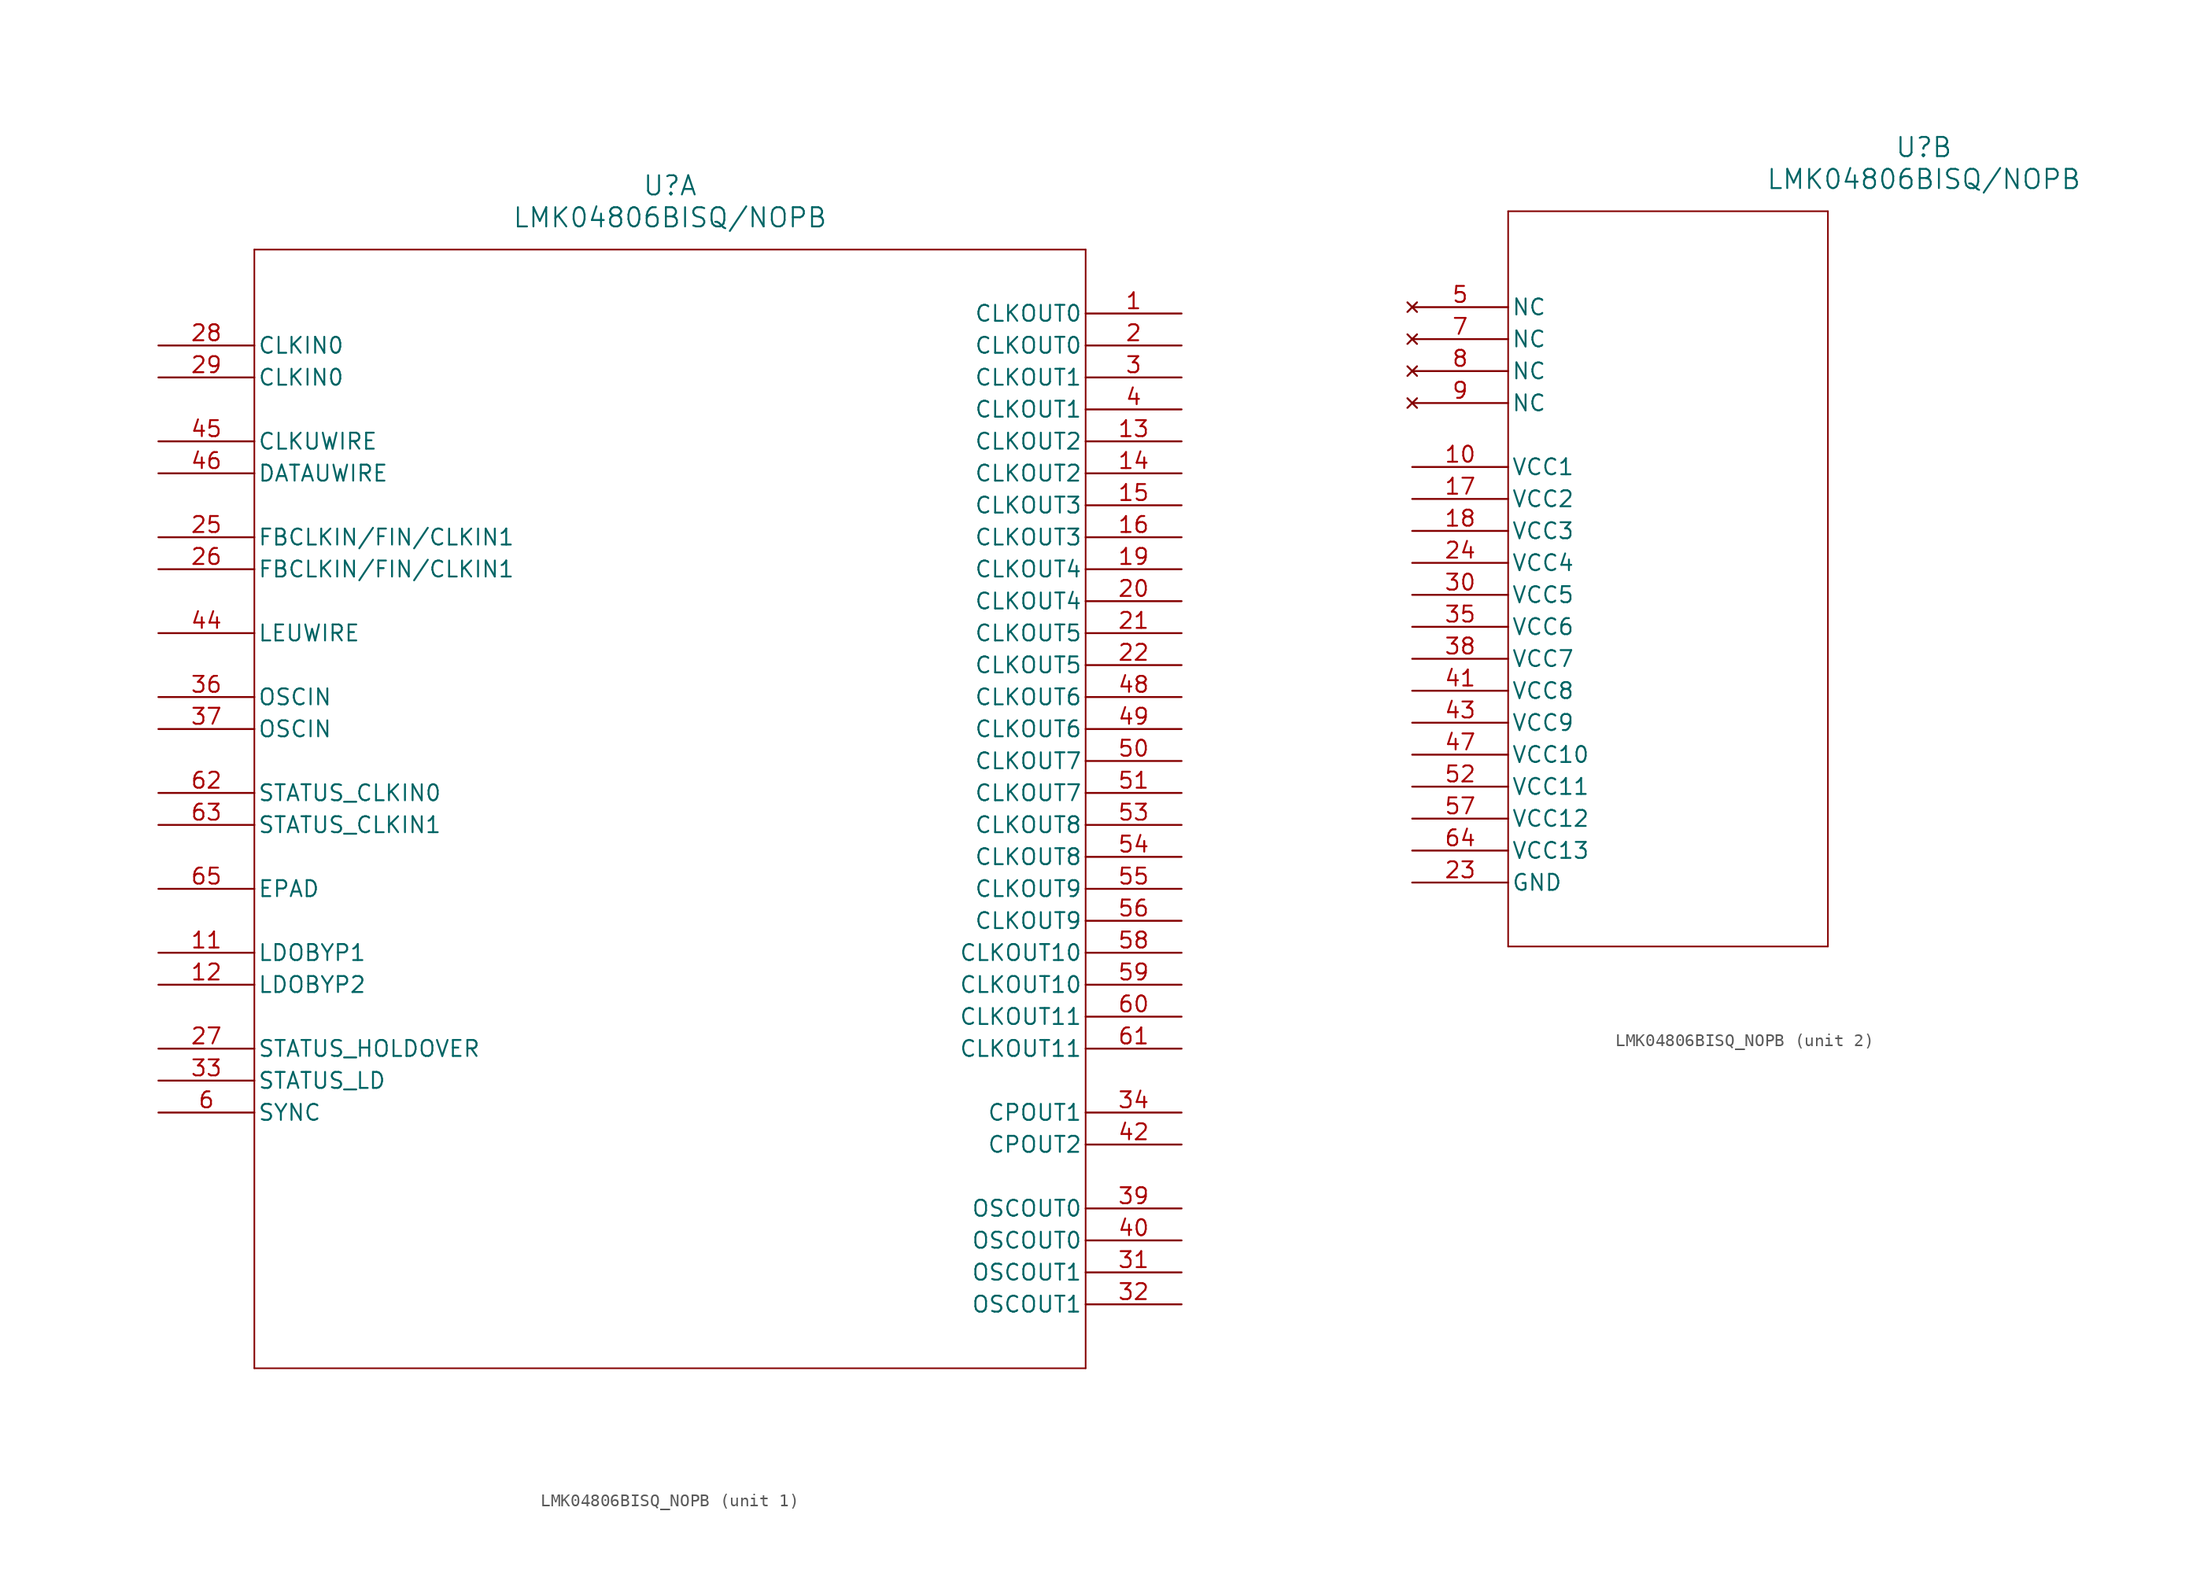
<source format=kicad_sym>
(kicad_symbol_lib
  (version 20211014)
  (generator kicad_symbol_editor)
  (symbol "LMK04806BISQ_NOPB"
    (pin_names
      (offset 0.254))
    (property "Reference" "U"
      (at 40.64 12.7 0)
      (effects (font (size 1.524 1.524))))
    (property "Value" "LMK04806BISQ/NOPB"
      (at 40.64 10.16 0)
      (effects (font (size 1.524 1.524))))
    (symbol "LMK04806BISQ_NOPB_1_1"
      (polyline (pts (xy 7.62 7.62) (xy 7.62 -81.28)) (stroke (width 0.127) (type default) (color 0 0 0 0)) (fill (type none)))
      (polyline (pts (xy 7.62 -81.28) (xy 73.66 -81.28)) (stroke (width 0.127) (type default) (color 0 0 0 0)) (fill (type none)))
      (polyline (pts (xy 73.66 -81.28) (xy 73.66 7.62)) (stroke (width 0.127) (type default) (color 0 0 0 0)) (fill (type none)))
      (polyline (pts (xy 73.66 7.62) (xy 7.62 7.62)) (stroke (width 0.127) (type default) (color 0 0 0 0)) (fill (type none)))
      (pin output line (at 81.28 2.54 180) (length 7.62) (name "CLKOUT0" (effects (font (size 1.27 1.27)))) (number "1" (effects (font (size 1.27 1.27)))))
      (pin output line (at 81.28 0 180) (length 7.62) (name "CLKOUT0" (effects (font (size 1.27 1.27)))) (number "2" (effects (font (size 1.27 1.27)))))
      (pin output line (at 81.28 -2.54 180) (length 7.62) (name "CLKOUT1" (effects (font (size 1.27 1.27)))) (number "3" (effects (font (size 1.27 1.27)))))
      (pin output line (at 81.28 -5.08 180) (length 7.62) (name "CLKOUT1" (effects (font (size 1.27 1.27)))) (number "4" (effects (font (size 1.27 1.27)))))
      (pin bidirectional line (at 0 -60.96 0) (length 7.62) (name "SYNC" (effects (font (size 1.27 1.27)))) (number "6" (effects (font (size 1.27 1.27)))))
      (pin unspecified line (at 0 -48.26 0) (length 7.62) (name "LDOBYP1" (effects (font (size 1.27 1.27)))) (number "11" (effects (font (size 1.27 1.27)))))
      (pin unspecified line (at 0 -50.8 0) (length 7.62) (name "LDOBYP2" (effects (font (size 1.27 1.27)))) (number "12" (effects (font (size 1.27 1.27)))))
      (pin output line (at 81.28 -7.62 180) (length 7.62) (name "CLKOUT2" (effects (font (size 1.27 1.27)))) (number "13" (effects (font (size 1.27 1.27)))))
      (pin output line (at 81.28 -10.16 180) (length 7.62) (name "CLKOUT2" (effects (font (size 1.27 1.27)))) (number "14" (effects (font (size 1.27 1.27)))))
      (pin output line (at 81.28 -12.7 180) (length 7.62) (name "CLKOUT3" (effects (font (size 1.27 1.27)))) (number "15" (effects (font (size 1.27 1.27)))))
      (pin output line (at 81.28 -15.24 180) (length 7.62) (name "CLKOUT3" (effects (font (size 1.27 1.27)))) (number "16" (effects (font (size 1.27 1.27)))))
      (pin output line (at 81.28 -17.78 180) (length 7.62) (name "CLKOUT4" (effects (font (size 1.27 1.27)))) (number "19" (effects (font (size 1.27 1.27)))))
      (pin output line (at 81.28 -20.32 180) (length 7.62) (name "CLKOUT4" (effects (font (size 1.27 1.27)))) (number "20" (effects (font (size 1.27 1.27)))))
      (pin output line (at 81.28 -22.86 180) (length 7.62) (name "CLKOUT5" (effects (font (size 1.27 1.27)))) (number "21" (effects (font (size 1.27 1.27)))))
      (pin output line (at 81.28 -25.4 180) (length 7.62) (name "CLKOUT5" (effects (font (size 1.27 1.27)))) (number "22" (effects (font (size 1.27 1.27)))))
      (pin input line (at 0 -15.24 0) (length 7.62) (name "FBCLKIN/FIN/CLKIN1" (effects (font (size 1.27 1.27)))) (number "25" (effects (font (size 1.27 1.27)))))
      (pin input line (at 0 -17.78 0) (length 7.62) (name "FBCLKIN/FIN/CLKIN1" (effects (font (size 1.27 1.27)))) (number "26" (effects (font (size 1.27 1.27)))))
      (pin bidirectional line (at 0 -55.88 0) (length 7.62) (name "STATUS_HOLDOVER" (effects (font (size 1.27 1.27)))) (number "27" (effects (font (size 1.27 1.27)))))
      (pin input line (at 0 0 0) (length 7.62) (name "CLKIN0" (effects (font (size 1.27 1.27)))) (number "28" (effects (font (size 1.27 1.27)))))
      (pin input line (at 0 -2.54 0) (length 7.62) (name "CLKIN0" (effects (font (size 1.27 1.27)))) (number "29" (effects (font (size 1.27 1.27)))))
      (pin output line (at 81.28 -73.66 180) (length 7.62) (name "OSCOUT1" (effects (font (size 1.27 1.27)))) (number "31" (effects (font (size 1.27 1.27)))))
      (pin output line (at 81.28 -76.2 180) (length 7.62) (name "OSCOUT1" (effects (font (size 1.27 1.27)))) (number "32" (effects (font (size 1.27 1.27)))))
      (pin bidirectional line (at 0 -58.42 0) (length 7.62) (name "STATUS_LD" (effects (font (size 1.27 1.27)))) (number "33" (effects (font (size 1.27 1.27)))))
      (pin output line (at 81.28 -60.96 180) (length 7.62) (name "CPOUT1" (effects (font (size 1.27 1.27)))) (number "34" (effects (font (size 1.27 1.27)))))
      (pin input line (at 0 -27.94 0) (length 7.62) (name "OSCIN" (effects (font (size 1.27 1.27)))) (number "36" (effects (font (size 1.27 1.27)))))
      (pin input line (at 0 -30.48 0) (length 7.62) (name "OSCIN" (effects (font (size 1.27 1.27)))) (number "37" (effects (font (size 1.27 1.27)))))
      (pin output line (at 81.28 -68.58 180) (length 7.62) (name "OSCOUT0" (effects (font (size 1.27 1.27)))) (number "39" (effects (font (size 1.27 1.27)))))
      (pin output line (at 81.28 -71.12 180) (length 7.62) (name "OSCOUT0" (effects (font (size 1.27 1.27)))) (number "40" (effects (font (size 1.27 1.27)))))
      (pin output line (at 81.28 -63.5 180) (length 7.62) (name "CPOUT2" (effects (font (size 1.27 1.27)))) (number "42" (effects (font (size 1.27 1.27)))))
      (pin input line (at 0 -22.86 0) (length 7.62) (name "LEUWIRE" (effects (font (size 1.27 1.27)))) (number "44" (effects (font (size 1.27 1.27)))))
      (pin input line (at 0 -7.62 0) (length 7.62) (name "CLKUWIRE" (effects (font (size 1.27 1.27)))) (number "45" (effects (font (size 1.27 1.27)))))
      (pin input line (at 0 -10.16 0) (length 7.62) (name "DATAUWIRE" (effects (font (size 1.27 1.27)))) (number "46" (effects (font (size 1.27 1.27)))))
      (pin output line (at 81.28 -27.94 180) (length 7.62) (name "CLKOUT6" (effects (font (size 1.27 1.27)))) (number "48" (effects (font (size 1.27 1.27)))))
      (pin output line (at 81.28 -30.48 180) (length 7.62) (name "CLKOUT6" (effects (font (size 1.27 1.27)))) (number "49" (effects (font (size 1.27 1.27)))))
      (pin output line (at 81.28 -33.02 180) (length 7.62) (name "CLKOUT7" (effects (font (size 1.27 1.27)))) (number "50" (effects (font (size 1.27 1.27)))))
      (pin output line (at 81.28 -35.56 180) (length 7.62) (name "CLKOUT7" (effects (font (size 1.27 1.27)))) (number "51" (effects (font (size 1.27 1.27)))))
      (pin output line (at 81.28 -38.1 180) (length 7.62) (name "CLKOUT8" (effects (font (size 1.27 1.27)))) (number "53" (effects (font (size 1.27 1.27)))))
      (pin output line (at 81.28 -40.64 180) (length 7.62) (name "CLKOUT8" (effects (font (size 1.27 1.27)))) (number "54" (effects (font (size 1.27 1.27)))))
      (pin output line (at 81.28 -43.18 180) (length 7.62) (name "CLKOUT9" (effects (font (size 1.27 1.27)))) (number "55" (effects (font (size 1.27 1.27)))))
      (pin output line (at 81.28 -45.72 180) (length 7.62) (name "CLKOUT9" (effects (font (size 1.27 1.27)))) (number "56" (effects (font (size 1.27 1.27)))))
      (pin output line (at 81.28 -48.26 180) (length 7.62) (name "CLKOUT10" (effects (font (size 1.27 1.27)))) (number "58" (effects (font (size 1.27 1.27)))))
      (pin output line (at 81.28 -50.8 180) (length 7.62) (name "CLKOUT10" (effects (font (size 1.27 1.27)))) (number "59" (effects (font (size 1.27 1.27)))))
      (pin output line (at 81.28 -53.34 180) (length 7.62) (name "CLKOUT11" (effects (font (size 1.27 1.27)))) (number "60" (effects (font (size 1.27 1.27)))))
      (pin output line (at 81.28 -55.88 180) (length 7.62) (name "CLKOUT11" (effects (font (size 1.27 1.27)))) (number "61" (effects (font (size 1.27 1.27)))))
      (pin input line (at 0 -35.56 0) (length 7.62) (name "STATUS_CLKIN0" (effects (font (size 1.27 1.27)))) (number "62" (effects (font (size 1.27 1.27)))))
      (pin input line (at 0 -38.1 0) (length 7.62) (name "STATUS_CLKIN1" (effects (font (size 1.27 1.27)))) (number "63" (effects (font (size 1.27 1.27)))))
      (pin unspecified line (at 0 -43.18 0) (length 7.62) (name "EPAD" (effects (font (size 1.27 1.27)))) (number "65" (effects (font (size 1.27 1.27))))))
    (symbol "LMK04806BISQ_NOPB_2_1"
      (polyline (pts (xy 7.62 7.62) (xy 7.62 -50.8)) (stroke (width 0.127) (type default) (color 0 0 0 0)) (fill (type none)))
      (polyline (pts (xy 7.62 -50.8) (xy 33.02 -50.8)) (stroke (width 0.127) (type default) (color 0 0 0 0)) (fill (type none)))
      (polyline (pts (xy 33.02 -50.8) (xy 33.02 7.62)) (stroke (width 0.127) (type default) (color 0 0 0 0)) (fill (type none)))
      (polyline (pts (xy 33.02 7.62) (xy 7.62 7.62)) (stroke (width 0.127) (type default) (color 0 0 0 0)) (fill (type none)))
      (pin no_connect line (at 0 0 0) (length 7.62) (name "NC" (effects (font (size 1.27 1.27)))) (number "5" (effects (font (size 1.27 1.27)))))
      (pin no_connect line (at 0 -2.54 0) (length 7.62) (name "NC" (effects (font (size 1.27 1.27)))) (number "7" (effects (font (size 1.27 1.27)))))
      (pin no_connect line (at 0 -5.08 0) (length 7.62) (name "NC" (effects (font (size 1.27 1.27)))) (number "8" (effects (font (size 1.27 1.27)))))
      (pin no_connect line (at 0 -7.62 0) (length 7.62) (name "NC" (effects (font (size 1.27 1.27)))) (number "9" (effects (font (size 1.27 1.27)))))
      (pin power_in line (at 0 -12.7 0) (length 7.62) (name "VCC1" (effects (font (size 1.27 1.27)))) (number "10" (effects (font (size 1.27 1.27)))))
      (pin power_in line (at 0 -15.24 0) (length 7.62) (name "VCC2" (effects (font (size 1.27 1.27)))) (number "17" (effects (font (size 1.27 1.27)))))
      (pin power_in line (at 0 -17.78 0) (length 7.62) (name "VCC3" (effects (font (size 1.27 1.27)))) (number "18" (effects (font (size 1.27 1.27)))))
      (pin power_in line (at 0 -45.72 0) (length 7.62) (name "GND" (effects (font (size 1.27 1.27)))) (number "23" (effects (font (size 1.27 1.27)))))
      (pin power_in line (at 0 -20.32 0) (length 7.62) (name "VCC4" (effects (font (size 1.27 1.27)))) (number "24" (effects (font (size 1.27 1.27)))))
      (pin power_in line (at 0 -22.86 0) (length 7.62) (name "VCC5" (effects (font (size 1.27 1.27)))) (number "30" (effects (font (size 1.27 1.27)))))
      (pin power_in line (at 0 -25.4 0) (length 7.62) (name "VCC6" (effects (font (size 1.27 1.27)))) (number "35" (effects (font (size 1.27 1.27)))))
      (pin power_in line (at 0 -27.94 0) (length 7.62) (name "VCC7" (effects (font (size 1.27 1.27)))) (number "38" (effects (font (size 1.27 1.27)))))
      (pin power_in line (at 0 -30.48 0) (length 7.62) (name "VCC8" (effects (font (size 1.27 1.27)))) (number "41" (effects (font (size 1.27 1.27)))))
      (pin power_in line (at 0 -33.02 0) (length 7.62) (name "VCC9" (effects (font (size 1.27 1.27)))) (number "43" (effects (font (size 1.27 1.27)))))
      (pin power_in line (at 0 -35.56 0) (length 7.62) (name "VCC10" (effects (font (size 1.27 1.27)))) (number "47" (effects (font (size 1.27 1.27)))))
      (pin power_in line (at 0 -38.1 0) (length 7.62) (name "VCC11" (effects (font (size 1.27 1.27)))) (number "52" (effects (font (size 1.27 1.27)))))
      (pin power_in line (at 0 -40.64 0) (length 7.62) (name "VCC12" (effects (font (size 1.27 1.27)))) (number "57" (effects (font (size 1.27 1.27)))))
      (pin power_in line (at 0 -43.18 0) (length 7.62) (name "VCC13" (effects (font (size 1.27 1.27)))) (number "64" (effects (font (size 1.27 1.27))))))))
</source>
